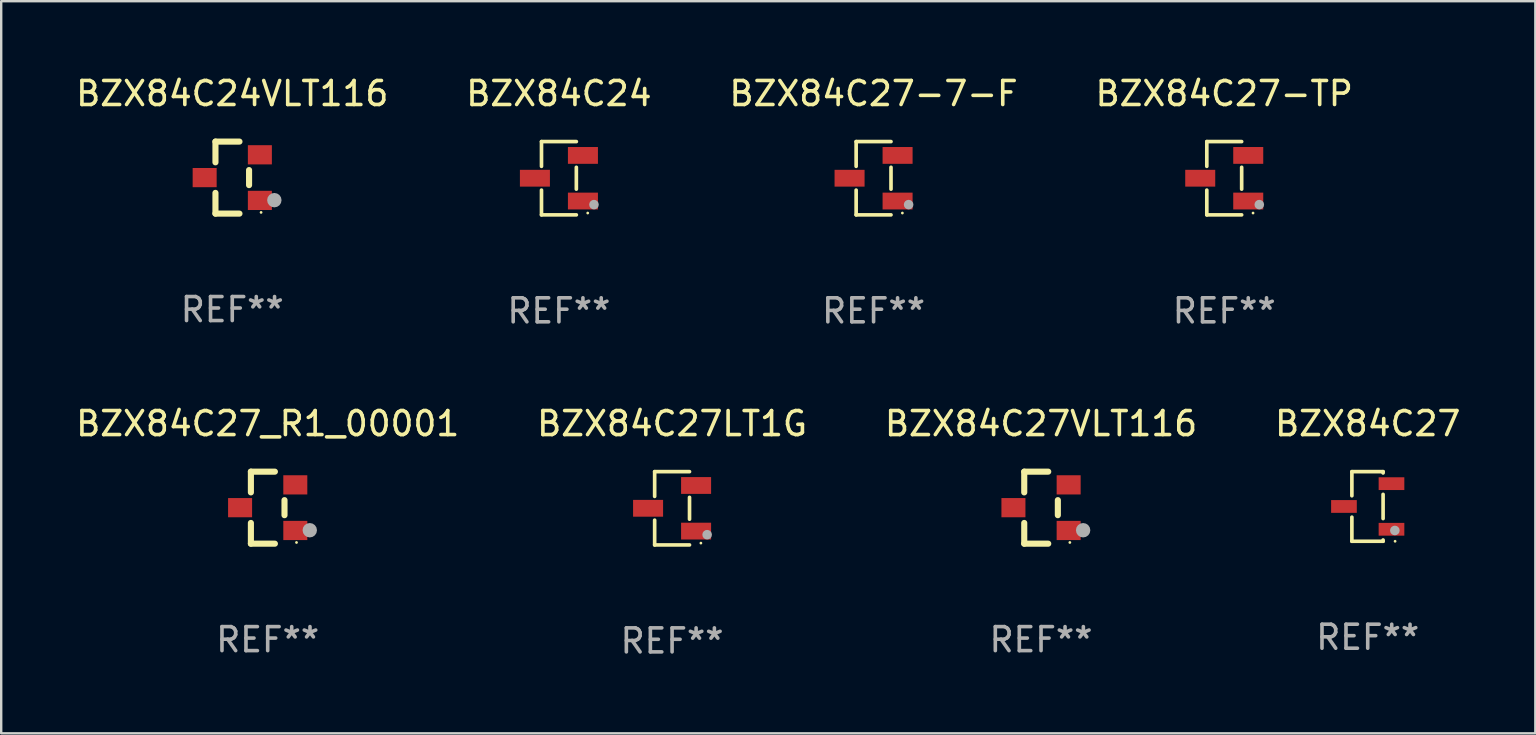
<source format=kicad_pcb>
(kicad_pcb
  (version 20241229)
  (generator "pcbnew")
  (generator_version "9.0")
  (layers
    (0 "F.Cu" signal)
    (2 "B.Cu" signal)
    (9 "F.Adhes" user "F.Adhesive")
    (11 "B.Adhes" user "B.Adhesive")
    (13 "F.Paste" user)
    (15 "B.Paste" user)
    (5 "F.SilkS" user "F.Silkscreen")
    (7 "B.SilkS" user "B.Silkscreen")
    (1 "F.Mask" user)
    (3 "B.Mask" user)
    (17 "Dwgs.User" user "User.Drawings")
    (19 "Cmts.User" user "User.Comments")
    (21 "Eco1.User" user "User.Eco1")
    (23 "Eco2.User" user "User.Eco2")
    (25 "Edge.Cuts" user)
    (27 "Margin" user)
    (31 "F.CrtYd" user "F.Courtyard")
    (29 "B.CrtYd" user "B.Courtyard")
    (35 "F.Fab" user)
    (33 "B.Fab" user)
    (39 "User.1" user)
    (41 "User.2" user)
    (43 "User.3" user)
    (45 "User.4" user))
  (footprint "BZX84C27LT1G"
    (layer "F.Cu")
    (at 24.946 18.123)
    (property "Reference" "BZX84C27LT1G" (at 0 -3.526 0) (layer "F.SilkS") (effects (font (size 1 1) (thickness 0.15))))
    (attr through_hole)
    (fp_line (start -0.726 -1.526) (end -0.726 -0.495) (stroke (width 0.152) (type solid)) (layer "F.SilkS"))
    (fp_line (start -0.726 1.526) (end -0.726 0.495) (stroke (width 0.152) (type solid)) (layer "F.SilkS"))
    (fp_line (start 0.726 -1.526) (end -0.726 -1.526) (stroke (width 0.152) (type solid)) (layer "F.SilkS"))
    (fp_line (start 0.726 -0.455) (end 0.726 0.455) (stroke (width 0.152) (type solid)) (layer "F.SilkS"))
    (fp_line (start 0.726 1.526) (end -0.726 1.526) (stroke (width 0.152) (type solid)) (layer "F.SilkS"))
    (fp_circle (center 1.2 1.45) (end 1.23 1.45) (stroke (width 0.06) (type solid)) (fill no) (layer "F.SilkS"))
    (fp_circle (center 1.46 1.1) (end 1.56 1.1) (stroke (width 0.2) (type solid)) (fill no) (layer "F.Fab"))
    (fp_text user "REF**" (at 0 5.526 0) (layer "F.Fab") (effects (font (size 1 1) (thickness 0.15))))
    (pad "1" smd rect (at 1 0.95) (size 1.25 0.7) (layers "F.Cu" "F.Mask" "F.Paste"))
    (pad "2" smd rect (at 1 -0.95) (size 1.25 0.7) (layers "F.Cu" "F.Mask" "F.Paste"))
    (pad "3" smd rect (at -1 0) (size 1.25 0.7) (layers "F.Cu" "F.Mask" "F.Paste")))
  (footprint "BZX84C27_R1_00001"
    (layer "F.Cu")
    (at 8.101 18.097)
    (property "Reference" "BZX84C27_R1_00001" (at 0 -3.5 0) (layer "F.SilkS") (effects (font (size 1 1) (thickness 0.15))))
    (attr through_hole)
    (fp_line (start -0.7 -1.5) (end 0.3 -1.5) (stroke (width 0.254) (type solid)) (layer "F.SilkS"))
    (fp_line (start -0.7 -0.636) (end -0.7 -1.5) (stroke (width 0.254) (type solid)) (layer "F.SilkS"))
    (fp_line (start -0.7 1.5) (end -0.7 0.636) (stroke (width 0.254) (type solid)) (layer "F.SilkS"))
    (fp_line (start -0.7 1.5) (end 0.3 1.5) (stroke (width 0.254) (type solid)) (layer "F.SilkS"))
    (fp_line (start 0.7 0.314) (end 0.7 -0.314) (stroke (width 0.254) (type solid)) (layer "F.SilkS"))
    (fp_circle (center 1.2 1.45) (end 1.23 1.45) (stroke (width 0.06) (type solid)) (fill no) (layer "F.SilkS"))
    (fp_circle (center 1.753 0.94) (end 1.903 0.94) (stroke (width 0.3) (type solid)) (fill no) (layer "F.Fab"))
    (fp_text user "REF**" (at 0 5.5 0) (layer "F.Fab") (effects (font (size 1 1) (thickness 0.15))))
    (pad "1" smd rect (at 1.15 0.95 180) (size 1 0.8) (layers "F.Cu" "F.Mask" "F.Paste"))
    (pad "2" smd rect (at 1.15 -0.95 180) (size 1 0.8) (layers "F.Cu" "F.Mask" "F.Paste"))
    (pad "3" smd rect (at -1.15 -0.000051 180) (size 1 0.8) (layers "F.Cu" "F.Mask" "F.Paste")))
  (footprint "BZX84C24"
    (layer "F.Cu")
    (at 20.232 4.374)
    (property "Reference" "BZX84C24" (at 0 -3.526 0) (layer "F.SilkS") (effects (font (size 1 1) (thickness 0.15))))
    (attr through_hole)
    (fp_line (start -0.726 -1.526) (end -0.726 -0.495) (stroke (width 0.152) (type solid)) (layer "F.SilkS"))
    (fp_line (start -0.726 1.526) (end -0.726 0.495) (stroke (width 0.152) (type solid)) (layer "F.SilkS"))
    (fp_line (start 0.726 -1.526) (end -0.726 -1.526) (stroke (width 0.152) (type solid)) (layer "F.SilkS"))
    (fp_line (start 0.726 -0.455) (end 0.726 0.455) (stroke (width 0.152) (type solid)) (layer "F.SilkS"))
    (fp_line (start 0.726 1.526) (end -0.726 1.526) (stroke (width 0.152) (type solid)) (layer "F.SilkS"))
    (fp_circle (center 1.2 1.45) (end 1.23 1.45) (stroke (width 0.06) (type solid)) (fill no) (layer "F.SilkS"))
    (fp_circle (center 1.46 1.1) (end 1.56 1.1) (stroke (width 0.2) (type solid)) (fill no) (layer "F.Fab"))
    (fp_text user "REF**" (at 0 5.526 0) (layer "F.Fab") (effects (font (size 1 1) (thickness 0.15))))
    (pad "1" smd rect (at 1 0.95) (size 1.25 0.7) (layers "F.Cu" "F.Mask" "F.Paste"))
    (pad "2" smd rect (at 1 -0.95) (size 1.25 0.7) (layers "F.Cu" "F.Mask" "F.Paste"))
    (pad "3" smd rect (at -1 0) (size 1.25 0.7) (layers "F.Cu" "F.Mask" "F.Paste")))
  (footprint "BZX84C27-7-F"
    (layer "F.Cu")
    (at 33.339 4.374)
    (property "Reference" "BZX84C27-7-F" (at 0 -3.526 0) (layer "F.SilkS") (effects (font (size 1 1) (thickness 0.15))))
    (attr through_hole)
    (fp_line (start -0.726 -1.526) (end -0.726 -0.495) (stroke (width 0.152) (type solid)) (layer "F.SilkS"))
    (fp_line (start -0.726 1.526) (end -0.726 0.495) (stroke (width 0.152) (type solid)) (layer "F.SilkS"))
    (fp_line (start 0.726 -1.526) (end -0.726 -1.526) (stroke (width 0.152) (type solid)) (layer "F.SilkS"))
    (fp_line (start 0.726 -0.455) (end 0.726 0.455) (stroke (width 0.152) (type solid)) (layer "F.SilkS"))
    (fp_line (start 0.726 1.526) (end -0.726 1.526) (stroke (width 0.152) (type solid)) (layer "F.SilkS"))
    (fp_circle (center 1.2 1.45) (end 1.23 1.45) (stroke (width 0.06) (type solid)) (fill no) (layer "F.SilkS"))
    (fp_circle (center 1.46 1.1) (end 1.56 1.1) (stroke (width 0.2) (type solid)) (fill no) (layer "F.Fab"))
    (fp_text user "REF**" (at 0 5.526 0) (layer "F.Fab") (effects (font (size 1 1) (thickness 0.15))))
    (pad "1" smd rect (at 1 0.95) (size 1.25 0.7) (layers "F.Cu" "F.Mask" "F.Paste"))
    (pad "2" smd rect (at 1 -0.95) (size 1.25 0.7) (layers "F.Cu" "F.Mask" "F.Paste"))
    (pad "3" smd rect (at -1 0) (size 1.25 0.7) (layers "F.Cu" "F.Mask" "F.Paste")))
  (footprint "BZX84C27"
    (layer "F.Cu")
    (at 53.923 18.047)
    (property "Reference" "BZX84C27" (at 0 -3.45 0) (layer "F.SilkS") (effects (font (size 1 1) (thickness 0.15))))
    (attr through_hole)
    (fp_line (start -0.66 -1.45) (end -0.66 -0.446) (stroke (width 0.152) (type solid)) (layer "F.SilkS"))
    (fp_line (start -0.66 0.446) (end -0.66 1.45) (stroke (width 0.152) (type solid)) (layer "F.SilkS"))
    (fp_line (start -0.66 1.45) (end 0.64 1.45) (stroke (width 0.152) (type solid)) (layer "F.SilkS"))
    (fp_line (start 0.64 -1.45) (end -0.66 -1.45) (stroke (width 0.152) (type solid)) (layer "F.SilkS"))
    (fp_line (start 0.64 -1.396) (end 0.64 -1.45) (stroke (width 0.152) (type solid)) (layer "F.SilkS"))
    (fp_line (start 0.64 0.504) (end 0.64 -0.504) (stroke (width 0.152) (type solid)) (layer "F.SilkS"))
    (fp_line (start 0.64 1.45) (end 0.64 1.396) (stroke (width 0.152) (type solid)) (layer "F.SilkS"))
    (fp_circle (center 1.14 1.45) (end 1.17 1.45) (stroke (width 0.06) (type solid)) (fill no) (layer "F.SilkS"))
    (fp_circle (center 1.13 1) (end 1.23 1) (stroke (width 0.2) (type solid)) (fill no) (layer "F.Fab"))
    (fp_text user "REF**" (at 0 5.45 0) (layer "F.Fab") (effects (font (size 1 1) (thickness 0.15))))
    (pad "1" smd rect (at 0.99 0.95) (size 1.07 0.532) (layers "F.Cu" "F.Mask" "F.Paste"))
    (pad "2" smd rect (at 0.99 -0.95) (size 1.07 0.532) (layers "F.Cu" "F.Mask" "F.Paste"))
    (pad "3" smd rect (at -0.99 -0.000013) (size 1.07 0.532) (layers "F.Cu" "F.Mask" "F.Paste")))
  (footprint "BZX84C27VLT116"
    (layer "F.Cu")
    (at 40.315 18.097)
    (property "Reference" "BZX84C27VLT116" (at 0 -3.5 0) (layer "F.SilkS") (effects (font (size 1 1) (thickness 0.15))))
    (attr through_hole)
    (fp_line (start -0.7 -1.5) (end 0.3 -1.5) (stroke (width 0.254) (type solid)) (layer "F.SilkS"))
    (fp_line (start -0.7 -0.636) (end -0.7 -1.5) (stroke (width 0.254) (type solid)) (layer "F.SilkS"))
    (fp_line (start -0.7 1.5) (end -0.7 0.636) (stroke (width 0.254) (type solid)) (layer "F.SilkS"))
    (fp_line (start -0.7 1.5) (end 0.3 1.5) (stroke (width 0.254) (type solid)) (layer "F.SilkS"))
    (fp_line (start 0.7 0.314) (end 0.7 -0.314) (stroke (width 0.254) (type solid)) (layer "F.SilkS"))
    (fp_circle (center 1.2 1.45) (end 1.23 1.45) (stroke (width 0.06) (type solid)) (fill no) (layer "F.SilkS"))
    (fp_circle (center 1.753 0.94) (end 1.903 0.94) (stroke (width 0.3) (type solid)) (fill no) (layer "F.Fab"))
    (fp_text user "REF**" (at 0 5.5 0) (layer "F.Fab") (effects (font (size 1 1) (thickness 0.15))))
    (pad "1" smd rect (at 1.15 0.95 180) (size 1 0.8) (layers "F.Cu" "F.Mask" "F.Paste"))
    (pad "2" smd rect (at 1.15 -0.95 180) (size 1 0.8) (layers "F.Cu" "F.Mask" "F.Paste"))
    (pad "3" smd rect (at -1.15 -0.000051 180) (size 1 0.8) (layers "F.Cu" "F.Mask" "F.Paste")))
  (footprint "BZX84C27-TP"
    (layer "F.Cu")
    (at 47.946 4.374)
    (property "Reference" "BZX84C27-TP" (at 0 -3.526 0) (layer "F.SilkS") (effects (font (size 1 1) (thickness 0.15))))
    (attr through_hole)
    (fp_line (start -0.726 -1.526) (end -0.726 -0.495) (stroke (width 0.152) (type solid)) (layer "F.SilkS"))
    (fp_line (start -0.726 1.526) (end -0.726 0.495) (stroke (width 0.152) (type solid)) (layer "F.SilkS"))
    (fp_line (start 0.726 -1.526) (end -0.726 -1.526) (stroke (width 0.152) (type solid)) (layer "F.SilkS"))
    (fp_line (start 0.726 -0.455) (end 0.726 0.455) (stroke (width 0.152) (type solid)) (layer "F.SilkS"))
    (fp_line (start 0.726 1.526) (end -0.726 1.526) (stroke (width 0.152) (type solid)) (layer "F.SilkS"))
    (fp_circle (center 1.2 1.45) (end 1.23 1.45) (stroke (width 0.06) (type solid)) (fill no) (layer "F.SilkS"))
    (fp_circle (center 1.46 1.1) (end 1.56 1.1) (stroke (width 0.2) (type solid)) (fill no) (layer "F.Fab"))
    (fp_text user "REF**" (at 0 5.526 0) (layer "F.Fab") (effects (font (size 1 1) (thickness 0.15))))
    (pad "1" smd rect (at 1 0.95) (size 1.25 0.7) (layers "F.Cu" "F.Mask" "F.Paste"))
    (pad "2" smd rect (at 1 -0.95) (size 1.25 0.7) (layers "F.Cu" "F.Mask" "F.Paste"))
    (pad "3" smd rect (at -1 0) (size 1.25 0.7) (layers "F.Cu" "F.Mask" "F.Paste")))
  (footprint "BZX84C24VLT116"
    (layer "F.Cu")
    (at 6.625 4.348)
    (property "Reference" "BZX84C24VLT116" (at 0 -3.5 0) (layer "F.SilkS") (effects (font (size 1 1) (thickness 0.15))))
    (attr through_hole)
    (fp_line (start -0.7 -1.5) (end 0.3 -1.5) (stroke (width 0.254) (type solid)) (layer "F.SilkS"))
    (fp_line (start -0.7 -0.636) (end -0.7 -1.5) (stroke (width 0.254) (type solid)) (layer "F.SilkS"))
    (fp_line (start -0.7 1.5) (end -0.7 0.636) (stroke (width 0.254) (type solid)) (layer "F.SilkS"))
    (fp_line (start -0.7 1.5) (end 0.3 1.5) (stroke (width 0.254) (type solid)) (layer "F.SilkS"))
    (fp_line (start 0.7 0.314) (end 0.7 -0.314) (stroke (width 0.254) (type solid)) (layer "F.SilkS"))
    (fp_circle (center 1.2 1.45) (end 1.23 1.45) (stroke (width 0.06) (type solid)) (fill no) (layer "F.SilkS"))
    (fp_circle (center 1.753 0.94) (end 1.903 0.94) (stroke (width 0.3) (type solid)) (fill no) (layer "F.Fab"))
    (fp_text user "REF**" (at 0 5.5 0) (layer "F.Fab") (effects (font (size 1 1) (thickness 0.15))))
    (pad "1" smd rect (at 1.15 0.95 180) (size 1 0.8) (layers "F.Cu" "F.Mask" "F.Paste"))
    (pad "2" smd rect (at 1.15 -0.95 180) (size 1 0.8) (layers "F.Cu" "F.Mask" "F.Paste"))
    (pad "3" smd rect (at -1.15 -0.000051 180) (size 1 0.8) (layers "F.Cu" "F.Mask" "F.Paste")))
  (gr_rect
    (start -3 -3)
    (end 60.905 27.498)
    (stroke (width 0.1) (type default))
    (fill no)
    (layer "Edge.Cuts")))
</source>
